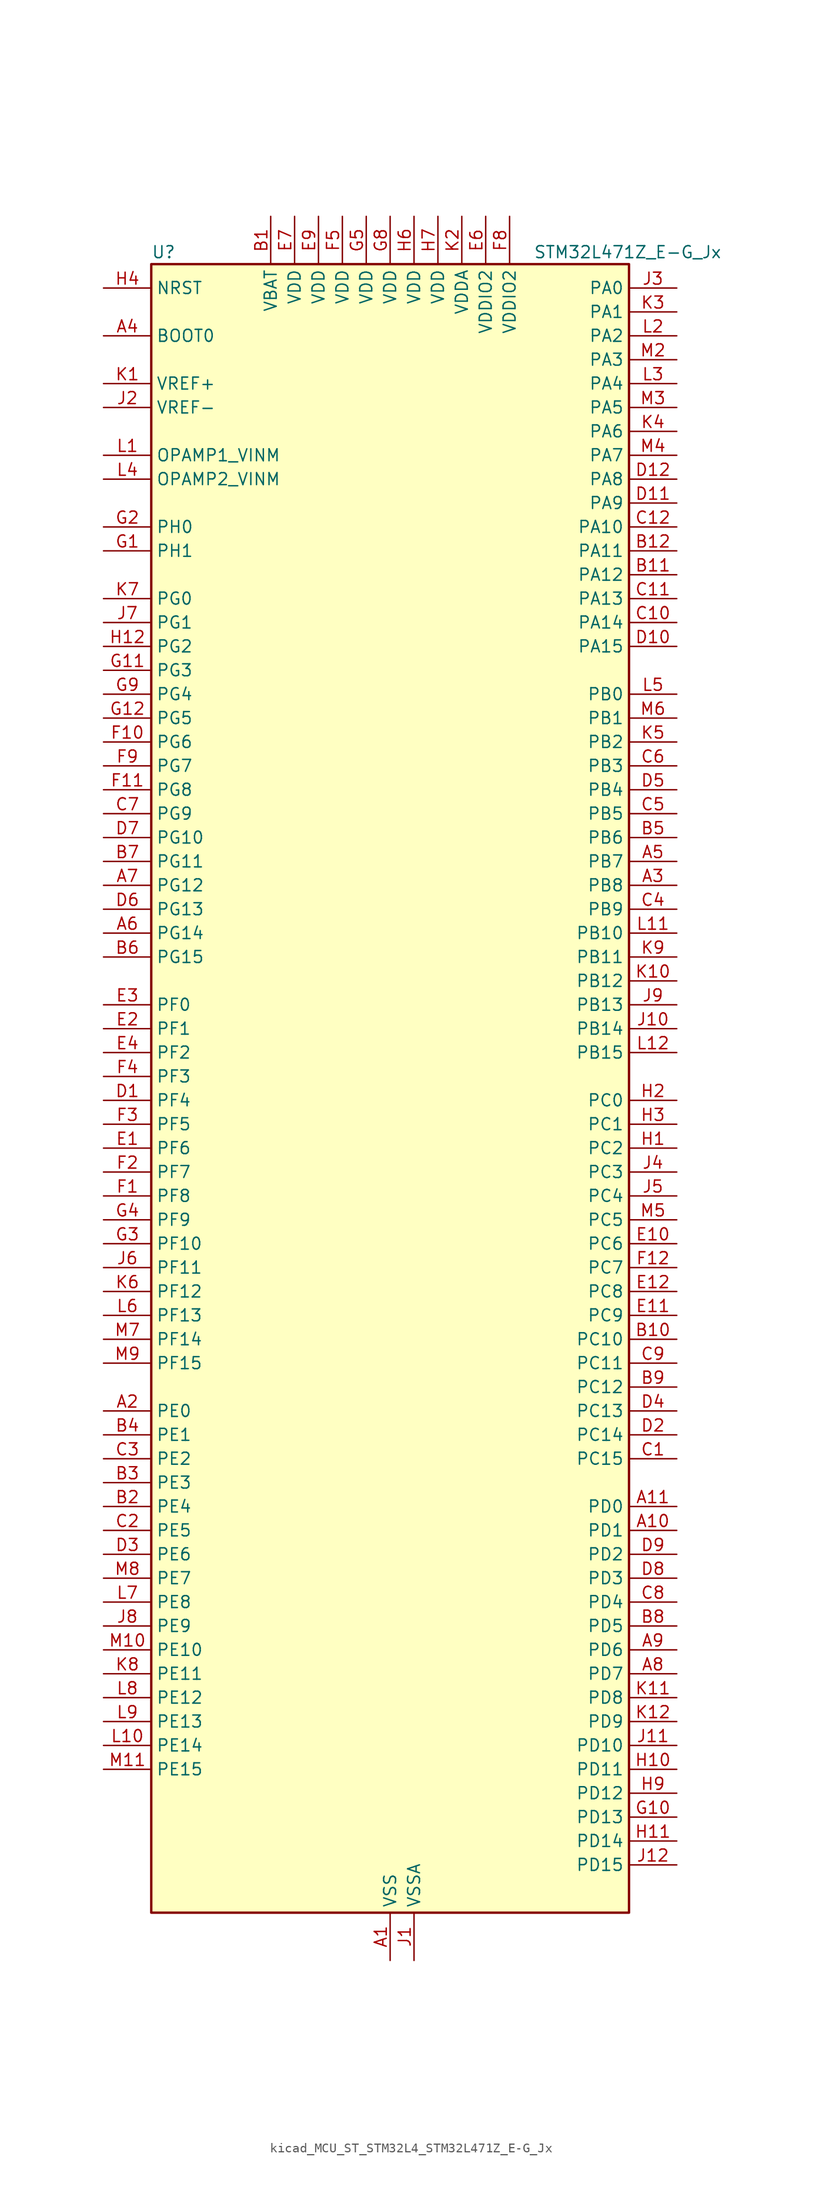
<source format=kicad_sym>
(kicad_symbol_lib
  (version 20220914)
  (generator kicad_symbol_editor)
  (symbol "kicad_MCU_ST_STM32L4_STM32L471Z_E-G_Jx"
    (property "Reference" "U"
      (at -25.4 90.17 0)
      (effects (font (size 1.27 1.27)) (justify left)))
    (property "Value" "STM32L471Z_E-G_Jx"
      (at 15.24 90.17 0)
      (effects (font (size 1.27 1.27)) (justify left)))
    (property "ki_locked" ""
      (at 0 0 0)
      (effects (font (size 1.27 1.27))))
    (symbol "kicad_MCU_ST_STM32L4_STM32L471Z_E-G_Jx_0_1"
      (rectangle (start -25.4 -86.36) (end 25.4 88.9) (stroke (width 0.254) (type default)) (fill (type background))))
    (symbol "kicad_MCU_ST_STM32L4_STM32L471Z_E-G_Jx_1_1"
      (pin power_in line (at 0 -91.44 90) (length 5.08) (name "VSS" (effects (font (size 1.27 1.27)))) (number "A1" (effects (font (size 1.27 1.27)))))
      (pin bidirectional line (at 30.48 -45.72 180) (length 5.08) (name "PD1" (effects (font (size 1.27 1.27)))) (number "A10" (effects (font (size 1.27 1.27)))) (alternate "CAN1_TX" bidirectional line) (alternate "DFSDM1_CKIN7" bidirectional line) (alternate "FMC_D3" bidirectional line) (alternate "FMC_DA3" bidirectional line) (alternate "SPI2_SCK" bidirectional line))
      (pin bidirectional line (at 30.48 -43.18 180) (length 5.08) (name "PD0" (effects (font (size 1.27 1.27)))) (number "A11" (effects (font (size 1.27 1.27)))) (alternate "CAN1_RX" bidirectional line) (alternate "DFSDM1_DATIN7" bidirectional line) (alternate "FMC_D2" bidirectional line) (alternate "FMC_DA2" bidirectional line) (alternate "SPI2_NSS" bidirectional line))
      (pin passive line (at 0 -91.44 90) (length 5.08) hide (name "VSS" (effects (font (size 1.27 1.27)))) (number "A12" (effects (font (size 1.27 1.27)))))
      (pin bidirectional line (at -30.48 -33.02 0) (length 5.08) (name "PE0" (effects (font (size 1.27 1.27)))) (number "A2" (effects (font (size 1.27 1.27)))) (alternate "FMC_NBL0" bidirectional line) (alternate "TIM16_CH1" bidirectional line) (alternate "TIM4_ETR" bidirectional line))
      (pin bidirectional line (at 30.48 22.86 180) (length 5.08) (name "PB8" (effects (font (size 1.27 1.27)))) (number "A3" (effects (font (size 1.27 1.27)))) (alternate "CAN1_RX" bidirectional line) (alternate "DFSDM1_DATIN6" bidirectional line) (alternate "I2C1_SCL" bidirectional line) (alternate "SAI1_MCLK_A" bidirectional line) (alternate "SDMMC1_D4" bidirectional line) (alternate "TIM16_CH1" bidirectional line) (alternate "TIM4_CH3" bidirectional line))
      (pin input line (at -30.48 81.28 0) (length 5.08) (name "BOOT0" (effects (font (size 1.27 1.27)))) (number "A4" (effects (font (size 1.27 1.27)))))
      (pin bidirectional line (at 30.48 25.4 180) (length 5.08) (name "PB7" (effects (font (size 1.27 1.27)))) (number "A5" (effects (font (size 1.27 1.27)))) (alternate "COMP2_INM" bidirectional line) (alternate "DFSDM1_CKIN5" bidirectional line) (alternate "FMC_NL" bidirectional line) (alternate "I2C1_SDA" bidirectional line) (alternate "LPTIM1_IN2" bidirectional line) (alternate "SYS_PVD_IN" bidirectional line) (alternate "TIM17_CH1N" bidirectional line) (alternate "TIM4_CH2" bidirectional line) (alternate "TIM8_BKIN" bidirectional line) (alternate "TIM8_BKIN_COMP1" bidirectional line) (alternate "TSC_G2_IO4" bidirectional line) (alternate "UART4_CTS" bidirectional line) (alternate "USART1_RX" bidirectional line))
      (pin bidirectional line (at -30.48 17.78 0) (length 5.08) (name "PG14" (effects (font (size 1.27 1.27)))) (number "A6" (effects (font (size 1.27 1.27)))) (alternate "FMC_A25" bidirectional line) (alternate "I2C1_SCL" bidirectional line))
      (pin bidirectional line (at -30.48 22.86 0) (length 5.08) (name "PG12" (effects (font (size 1.27 1.27)))) (number "A7" (effects (font (size 1.27 1.27)))) (alternate "FMC_NE4" bidirectional line) (alternate "LPTIM1_ETR" bidirectional line) (alternate "SAI2_SD_A" bidirectional line) (alternate "SPI3_NSS" bidirectional line) (alternate "USART1_DE" bidirectional line) (alternate "USART1_RTS" bidirectional line))
      (pin bidirectional line (at 30.48 -60.96 180) (length 5.08) (name "PD7" (effects (font (size 1.27 1.27)))) (number "A8" (effects (font (size 1.27 1.27)))) (alternate "DFSDM1_CKIN1" bidirectional line) (alternate "FMC_NE1" bidirectional line) (alternate "USART2_CK" bidirectional line))
      (pin bidirectional line (at 30.48 -58.42 180) (length 5.08) (name "PD6" (effects (font (size 1.27 1.27)))) (number "A9" (effects (font (size 1.27 1.27)))) (alternate "DFSDM1_DATIN1" bidirectional line) (alternate "FMC_NWAIT" bidirectional line) (alternate "SAI1_SD_A" bidirectional line) (alternate "USART2_RX" bidirectional line))
      (pin power_in line (at -12.7 93.98 270) (length 5.08) (name "VBAT" (effects (font (size 1.27 1.27)))) (number "B1" (effects (font (size 1.27 1.27)))))
      (pin bidirectional line (at 30.48 -25.4 180) (length 5.08) (name "PC10" (effects (font (size 1.27 1.27)))) (number "B10" (effects (font (size 1.27 1.27)))) (alternate "SAI2_SCK_B" bidirectional line) (alternate "SDMMC1_D2" bidirectional line) (alternate "SPI3_SCK" bidirectional line) (alternate "TSC_G3_IO2" bidirectional line) (alternate "UART4_TX" bidirectional line) (alternate "USART3_TX" bidirectional line))
      (pin bidirectional line (at 30.48 55.88 180) (length 5.08) (name "PA12" (effects (font (size 1.27 1.27)))) (number "B11" (effects (font (size 1.27 1.27)))) (alternate "CAN1_TX" bidirectional line) (alternate "TIM1_ETR" bidirectional line) (alternate "USART1_DE" bidirectional line) (alternate "USART1_RTS" bidirectional line))
      (pin bidirectional line (at 30.48 58.42 180) (length 5.08) (name "PA11" (effects (font (size 1.27 1.27)))) (number "B12" (effects (font (size 1.27 1.27)))) (alternate "ADC1_EXTI11" bidirectional line) (alternate "ADC2_EXTI11" bidirectional line) (alternate "ADC3_EXTI11" bidirectional line) (alternate "CAN1_RX" bidirectional line) (alternate "TIM1_BKIN2" bidirectional line) (alternate "TIM1_BKIN2_COMP1" bidirectional line) (alternate "TIM1_CH4" bidirectional line) (alternate "USART1_CTS" bidirectional line))
      (pin bidirectional line (at -30.48 -43.18 0) (length 5.08) (name "PE4" (effects (font (size 1.27 1.27)))) (number "B2" (effects (font (size 1.27 1.27)))) (alternate "DFSDM1_DATIN3" bidirectional line) (alternate "FMC_A20" bidirectional line) (alternate "SAI1_FS_A" bidirectional line) (alternate "SYS_TRACED1" bidirectional line) (alternate "TIM3_CH2" bidirectional line) (alternate "TSC_G7_IO3" bidirectional line))
      (pin bidirectional line (at -30.48 -40.64 0) (length 5.08) (name "PE3" (effects (font (size 1.27 1.27)))) (number "B3" (effects (font (size 1.27 1.27)))) (alternate "FMC_A19" bidirectional line) (alternate "SAI1_SD_B" bidirectional line) (alternate "SYS_TRACED0" bidirectional line) (alternate "TIM3_CH1" bidirectional line) (alternate "TSC_G7_IO2" bidirectional line))
      (pin bidirectional line (at -30.48 -35.56 0) (length 5.08) (name "PE1" (effects (font (size 1.27 1.27)))) (number "B4" (effects (font (size 1.27 1.27)))) (alternate "FMC_NBL1" bidirectional line) (alternate "TIM17_CH1" bidirectional line))
      (pin bidirectional line (at 30.48 27.94 180) (length 5.08) (name "PB6" (effects (font (size 1.27 1.27)))) (number "B5" (effects (font (size 1.27 1.27)))) (alternate "COMP2_INP" bidirectional line) (alternate "DFSDM1_DATIN5" bidirectional line) (alternate "I2C1_SCL" bidirectional line) (alternate "LPTIM1_ETR" bidirectional line) (alternate "SAI1_FS_B" bidirectional line) (alternate "TIM16_CH1N" bidirectional line) (alternate "TIM4_CH1" bidirectional line) (alternate "TIM8_BKIN2" bidirectional line) (alternate "TIM8_BKIN2_COMP2" bidirectional line) (alternate "TSC_G2_IO3" bidirectional line) (alternate "USART1_TX" bidirectional line))
      (pin bidirectional line (at -30.48 15.24 0) (length 5.08) (name "PG15" (effects (font (size 1.27 1.27)))) (number "B6" (effects (font (size 1.27 1.27)))) (alternate "ADC1_EXTI15" bidirectional line) (alternate "ADC2_EXTI15" bidirectional line) (alternate "ADC3_EXTI15" bidirectional line) (alternate "I2C1_SMBA" bidirectional line) (alternate "LPTIM1_OUT" bidirectional line))
      (pin bidirectional line (at -30.48 25.4 0) (length 5.08) (name "PG11" (effects (font (size 1.27 1.27)))) (number "B7" (effects (font (size 1.27 1.27)))) (alternate "ADC1_EXTI11" bidirectional line) (alternate "ADC2_EXTI11" bidirectional line) (alternate "ADC3_EXTI11" bidirectional line) (alternate "LPTIM1_IN2" bidirectional line) (alternate "SAI2_MCLK_A" bidirectional line) (alternate "SPI3_MOSI" bidirectional line) (alternate "TIM15_CH2" bidirectional line) (alternate "USART1_CTS" bidirectional line))
      (pin bidirectional line (at 30.48 -55.88 180) (length 5.08) (name "PD5" (effects (font (size 1.27 1.27)))) (number "B8" (effects (font (size 1.27 1.27)))) (alternate "FMC_NWE" bidirectional line) (alternate "USART2_TX" bidirectional line))
      (pin bidirectional line (at 30.48 -30.48 180) (length 5.08) (name "PC12" (effects (font (size 1.27 1.27)))) (number "B9" (effects (font (size 1.27 1.27)))) (alternate "SAI2_SD_B" bidirectional line) (alternate "SDMMC1_CK" bidirectional line) (alternate "SPI3_MOSI" bidirectional line) (alternate "TSC_G3_IO4" bidirectional line) (alternate "UART5_TX" bidirectional line) (alternate "USART3_CK" bidirectional line))
      (pin bidirectional line (at 30.48 -38.1 180) (length 5.08) (name "PC15" (effects (font (size 1.27 1.27)))) (number "C1" (effects (font (size 1.27 1.27)))) (alternate "ADC1_EXTI15" bidirectional line) (alternate "ADC2_EXTI15" bidirectional line) (alternate "ADC3_EXTI15" bidirectional line) (alternate "RCC_OSC32_OUT" bidirectional line))
      (pin bidirectional line (at 30.48 50.8 180) (length 5.08) (name "PA14" (effects (font (size 1.27 1.27)))) (number "C10" (effects (font (size 1.27 1.27)))) (alternate "SYS_JTCK-SWCLK" bidirectional line))
      (pin bidirectional line (at 30.48 53.34 180) (length 5.08) (name "PA13" (effects (font (size 1.27 1.27)))) (number "C11" (effects (font (size 1.27 1.27)))) (alternate "IR_OUT" bidirectional line) (alternate "SYS_JTMS-SWDIO" bidirectional line))
      (pin bidirectional line (at 30.48 60.96 180) (length 5.08) (name "PA10" (effects (font (size 1.27 1.27)))) (number "C12" (effects (font (size 1.27 1.27)))) (alternate "TIM17_BKIN" bidirectional line) (alternate "TIM1_CH3" bidirectional line) (alternate "USART1_RX" bidirectional line))
      (pin bidirectional line (at -30.48 -45.72 0) (length 5.08) (name "PE5" (effects (font (size 1.27 1.27)))) (number "C2" (effects (font (size 1.27 1.27)))) (alternate "DFSDM1_CKIN3" bidirectional line) (alternate "FMC_A21" bidirectional line) (alternate "SAI1_SCK_A" bidirectional line) (alternate "SYS_TRACED2" bidirectional line) (alternate "TIM3_CH3" bidirectional line) (alternate "TSC_G7_IO4" bidirectional line))
      (pin bidirectional line (at -30.48 -38.1 0) (length 5.08) (name "PE2" (effects (font (size 1.27 1.27)))) (number "C3" (effects (font (size 1.27 1.27)))) (alternate "FMC_A23" bidirectional line) (alternate "SAI1_MCLK_A" bidirectional line) (alternate "SYS_TRACECLK" bidirectional line) (alternate "TIM3_ETR" bidirectional line) (alternate "TSC_G7_IO1" bidirectional line))
      (pin bidirectional line (at 30.48 20.32 180) (length 5.08) (name "PB9" (effects (font (size 1.27 1.27)))) (number "C4" (effects (font (size 1.27 1.27)))) (alternate "CAN1_TX" bidirectional line) (alternate "DAC1_EXTI9" bidirectional line) (alternate "DFSDM1_CKIN6" bidirectional line) (alternate "I2C1_SDA" bidirectional line) (alternate "IR_OUT" bidirectional line) (alternate "SAI1_FS_A" bidirectional line) (alternate "SDMMC1_D5" bidirectional line) (alternate "SPI2_NSS" bidirectional line) (alternate "TIM17_CH1" bidirectional line) (alternate "TIM4_CH4" bidirectional line))
      (pin bidirectional line (at 30.48 30.48 180) (length 5.08) (name "PB5" (effects (font (size 1.27 1.27)))) (number "C5" (effects (font (size 1.27 1.27)))) (alternate "COMP2_OUT" bidirectional line) (alternate "I2C1_SMBA" bidirectional line) (alternate "LPTIM1_IN1" bidirectional line) (alternate "SAI1_SD_B" bidirectional line) (alternate "SPI1_MOSI" bidirectional line) (alternate "SPI3_MOSI" bidirectional line) (alternate "TIM16_BKIN" bidirectional line) (alternate "TIM3_CH2" bidirectional line) (alternate "TSC_G2_IO2" bidirectional line) (alternate "UART5_CTS" bidirectional line) (alternate "USART1_CK" bidirectional line))
      (pin bidirectional line (at 30.48 35.56 180) (length 5.08) (name "PB3" (effects (font (size 1.27 1.27)))) (number "C6" (effects (font (size 1.27 1.27)))) (alternate "COMP2_INM" bidirectional line) (alternate "SAI1_SCK_B" bidirectional line) (alternate "SPI1_SCK" bidirectional line) (alternate "SPI3_SCK" bidirectional line) (alternate "SYS_JTDO-SWO" bidirectional line) (alternate "TIM2_CH2" bidirectional line) (alternate "USART1_DE" bidirectional line) (alternate "USART1_RTS" bidirectional line))
      (pin bidirectional line (at -30.48 30.48 0) (length 5.08) (name "PG9" (effects (font (size 1.27 1.27)))) (number "C7" (effects (font (size 1.27 1.27)))) (alternate "DAC1_EXTI9" bidirectional line) (alternate "FMC_NCE3" bidirectional line) (alternate "FMC_NE2" bidirectional line) (alternate "SAI2_SCK_A" bidirectional line) (alternate "SPI3_SCK" bidirectional line) (alternate "TIM15_CH1N" bidirectional line) (alternate "USART1_TX" bidirectional line))
      (pin bidirectional line (at 30.48 -53.34 180) (length 5.08) (name "PD4" (effects (font (size 1.27 1.27)))) (number "C8" (effects (font (size 1.27 1.27)))) (alternate "DFSDM1_CKIN0" bidirectional line) (alternate "FMC_NOE" bidirectional line) (alternate "SPI2_MOSI" bidirectional line) (alternate "USART2_DE" bidirectional line) (alternate "USART2_RTS" bidirectional line))
      (pin bidirectional line (at 30.48 -27.94 180) (length 5.08) (name "PC11" (effects (font (size 1.27 1.27)))) (number "C9" (effects (font (size 1.27 1.27)))) (alternate "ADC1_EXTI11" bidirectional line) (alternate "ADC2_EXTI11" bidirectional line) (alternate "ADC3_EXTI11" bidirectional line) (alternate "SAI2_MCLK_B" bidirectional line) (alternate "SDMMC1_D3" bidirectional line) (alternate "SPI3_MISO" bidirectional line) (alternate "TSC_G3_IO3" bidirectional line) (alternate "UART4_RX" bidirectional line) (alternate "USART3_RX" bidirectional line))
      (pin bidirectional line (at -30.48 0 0) (length 5.08) (name "PF4" (effects (font (size 1.27 1.27)))) (number "D1" (effects (font (size 1.27 1.27)))) (alternate "ADC3_IN7" bidirectional line) (alternate "FMC_A4" bidirectional line))
      (pin bidirectional line (at 30.48 48.26 180) (length 5.08) (name "PA15" (effects (font (size 1.27 1.27)))) (number "D10" (effects (font (size 1.27 1.27)))) (alternate "ADC1_EXTI15" bidirectional line) (alternate "ADC2_EXTI15" bidirectional line) (alternate "ADC3_EXTI15" bidirectional line) (alternate "SAI2_FS_B" bidirectional line) (alternate "SPI1_NSS" bidirectional line) (alternate "SPI3_NSS" bidirectional line) (alternate "SYS_JTDI" bidirectional line) (alternate "TIM2_CH1" bidirectional line) (alternate "TIM2_ETR" bidirectional line) (alternate "TSC_G3_IO1" bidirectional line) (alternate "UART4_DE" bidirectional line) (alternate "UART4_RTS" bidirectional line))
      (pin bidirectional line (at 30.48 63.5 180) (length 5.08) (name "PA9" (effects (font (size 1.27 1.27)))) (number "D11" (effects (font (size 1.27 1.27)))) (alternate "DAC1_EXTI9" bidirectional line) (alternate "TIM15_BKIN" bidirectional line) (alternate "TIM1_CH2" bidirectional line) (alternate "USART1_TX" bidirectional line))
      (pin bidirectional line (at 30.48 66.04 180) (length 5.08) (name "PA8" (effects (font (size 1.27 1.27)))) (number "D12" (effects (font (size 1.27 1.27)))) (alternate "LPTIM2_OUT" bidirectional line) (alternate "RCC_MCO" bidirectional line) (alternate "TIM1_CH1" bidirectional line) (alternate "USART1_CK" bidirectional line))
      (pin bidirectional line (at 30.48 -35.56 180) (length 5.08) (name "PC14" (effects (font (size 1.27 1.27)))) (number "D2" (effects (font (size 1.27 1.27)))) (alternate "RCC_OSC32_IN" bidirectional line))
      (pin bidirectional line (at -30.48 -48.26 0) (length 5.08) (name "PE6" (effects (font (size 1.27 1.27)))) (number "D3" (effects (font (size 1.27 1.27)))) (alternate "FMC_A22" bidirectional line) (alternate "RTC_TAMP3" bidirectional line) (alternate "SAI1_SD_A" bidirectional line) (alternate "SYS_TRACED3" bidirectional line) (alternate "SYS_WKUP3" bidirectional line) (alternate "TIM3_CH4" bidirectional line))
      (pin bidirectional line (at 30.48 -33.02 180) (length 5.08) (name "PC13" (effects (font (size 1.27 1.27)))) (number "D4" (effects (font (size 1.27 1.27)))) (alternate "RTC_OUT_ALARM" bidirectional line) (alternate "RTC_OUT_CALIB" bidirectional line) (alternate "RTC_TAMP1" bidirectional line) (alternate "RTC_TS" bidirectional line) (alternate "SYS_WKUP2" bidirectional line))
      (pin bidirectional line (at 30.48 33.02 180) (length 5.08) (name "PB4" (effects (font (size 1.27 1.27)))) (number "D5" (effects (font (size 1.27 1.27)))) (alternate "COMP2_INP" bidirectional line) (alternate "SAI1_MCLK_B" bidirectional line) (alternate "SPI1_MISO" bidirectional line) (alternate "SPI3_MISO" bidirectional line) (alternate "SYS_JTRST" bidirectional line) (alternate "TIM17_BKIN" bidirectional line) (alternate "TIM3_CH1" bidirectional line) (alternate "TSC_G2_IO1" bidirectional line) (alternate "UART5_DE" bidirectional line) (alternate "UART5_RTS" bidirectional line) (alternate "USART1_CTS" bidirectional line))
      (pin bidirectional line (at -30.48 20.32 0) (length 5.08) (name "PG13" (effects (font (size 1.27 1.27)))) (number "D6" (effects (font (size 1.27 1.27)))) (alternate "FMC_A24" bidirectional line) (alternate "I2C1_SDA" bidirectional line) (alternate "USART1_CK" bidirectional line))
      (pin bidirectional line (at -30.48 27.94 0) (length 5.08) (name "PG10" (effects (font (size 1.27 1.27)))) (number "D7" (effects (font (size 1.27 1.27)))) (alternate "FMC_NE3" bidirectional line) (alternate "LPTIM1_IN1" bidirectional line) (alternate "SAI2_FS_A" bidirectional line) (alternate "SPI3_MISO" bidirectional line) (alternate "TIM15_CH1" bidirectional line) (alternate "USART1_RX" bidirectional line))
      (pin bidirectional line (at 30.48 -50.8 180) (length 5.08) (name "PD3" (effects (font (size 1.27 1.27)))) (number "D8" (effects (font (size 1.27 1.27)))) (alternate "DFSDM1_DATIN0" bidirectional line) (alternate "FMC_CLK" bidirectional line) (alternate "SPI2_MISO" bidirectional line) (alternate "USART2_CTS" bidirectional line))
      (pin bidirectional line (at 30.48 -48.26 180) (length 5.08) (name "PD2" (effects (font (size 1.27 1.27)))) (number "D9" (effects (font (size 1.27 1.27)))) (alternate "SDMMC1_CMD" bidirectional line) (alternate "TIM3_ETR" bidirectional line) (alternate "TSC_SYNC" bidirectional line) (alternate "UART5_RX" bidirectional line) (alternate "USART3_DE" bidirectional line) (alternate "USART3_RTS" bidirectional line))
      (pin bidirectional line (at -30.48 -5.08 0) (length 5.08) (name "PF6" (effects (font (size 1.27 1.27)))) (number "E1" (effects (font (size 1.27 1.27)))) (alternate "ADC3_IN9" bidirectional line) (alternate "SAI1_SD_B" bidirectional line) (alternate "TIM5_CH1" bidirectional line) (alternate "TIM5_ETR" bidirectional line))
      (pin bidirectional line (at 30.48 -15.24 180) (length 5.08) (name "PC6" (effects (font (size 1.27 1.27)))) (number "E10" (effects (font (size 1.27 1.27)))) (alternate "DFSDM1_CKIN3" bidirectional line) (alternate "SAI2_MCLK_A" bidirectional line) (alternate "SDMMC1_D6" bidirectional line) (alternate "TIM3_CH1" bidirectional line) (alternate "TIM8_CH1" bidirectional line) (alternate "TSC_G4_IO1" bidirectional line))
      (pin bidirectional line (at 30.48 -22.86 180) (length 5.08) (name "PC9" (effects (font (size 1.27 1.27)))) (number "E11" (effects (font (size 1.27 1.27)))) (alternate "DAC1_EXTI9" bidirectional line) (alternate "SAI2_EXTCLK" bidirectional line) (alternate "SDMMC1_D1" bidirectional line) (alternate "TIM3_CH4" bidirectional line) (alternate "TIM8_BKIN2" bidirectional line) (alternate "TIM8_BKIN2_COMP1" bidirectional line) (alternate "TIM8_CH4" bidirectional line) (alternate "TSC_G4_IO4" bidirectional line))
      (pin bidirectional line (at 30.48 -20.32 180) (length 5.08) (name "PC8" (effects (font (size 1.27 1.27)))) (number "E12" (effects (font (size 1.27 1.27)))) (alternate "SDMMC1_D0" bidirectional line) (alternate "TIM3_CH3" bidirectional line) (alternate "TIM8_CH3" bidirectional line) (alternate "TSC_G4_IO3" bidirectional line))
      (pin bidirectional line (at -30.48 7.62 0) (length 5.08) (name "PF1" (effects (font (size 1.27 1.27)))) (number "E2" (effects (font (size 1.27 1.27)))) (alternate "FMC_A1" bidirectional line) (alternate "I2C2_SCL" bidirectional line))
      (pin bidirectional line (at -30.48 10.16 0) (length 5.08) (name "PF0" (effects (font (size 1.27 1.27)))) (number "E3" (effects (font (size 1.27 1.27)))) (alternate "FMC_A0" bidirectional line) (alternate "I2C2_SDA" bidirectional line))
      (pin bidirectional line (at -30.48 5.08 0) (length 5.08) (name "PF2" (effects (font (size 1.27 1.27)))) (number "E4" (effects (font (size 1.27 1.27)))) (alternate "FMC_A2" bidirectional line) (alternate "I2C2_SMBA" bidirectional line))
      (pin passive line (at 0 -91.44 90) (length 5.08) hide (name "VSS" (effects (font (size 1.27 1.27)))) (number "E5" (effects (font (size 1.27 1.27)))))
      (pin power_in line (at 10.16 93.98 270) (length 5.08) (name "VDDIO2" (effects (font (size 1.27 1.27)))) (number "E6" (effects (font (size 1.27 1.27)))))
      (pin power_in line (at -10.16 93.98 270) (length 5.08) (name "VDD" (effects (font (size 1.27 1.27)))) (number "E7" (effects (font (size 1.27 1.27)))))
      (pin passive line (at 0 -91.44 90) (length 5.08) hide (name "VSS" (effects (font (size 1.27 1.27)))) (number "E8" (effects (font (size 1.27 1.27)))))
      (pin power_in line (at -7.62 93.98 270) (length 5.08) (name "VDD" (effects (font (size 1.27 1.27)))) (number "E9" (effects (font (size 1.27 1.27)))))
      (pin bidirectional line (at -30.48 -10.16 0) (length 5.08) (name "PF8" (effects (font (size 1.27 1.27)))) (number "F1" (effects (font (size 1.27 1.27)))) (alternate "ADC3_IN11" bidirectional line) (alternate "SAI1_SCK_B" bidirectional line) (alternate "TIM5_CH3" bidirectional line))
      (pin bidirectional line (at -30.48 38.1 0) (length 5.08) (name "PG6" (effects (font (size 1.27 1.27)))) (number "F10" (effects (font (size 1.27 1.27)))) (alternate "I2C3_SMBA" bidirectional line) (alternate "LPUART1_DE" bidirectional line) (alternate "LPUART1_RTS" bidirectional line))
      (pin bidirectional line (at -30.48 33.02 0) (length 5.08) (name "PG8" (effects (font (size 1.27 1.27)))) (number "F11" (effects (font (size 1.27 1.27)))) (alternate "I2C3_SDA" bidirectional line) (alternate "LPUART1_RX" bidirectional line))
      (pin bidirectional line (at 30.48 -17.78 180) (length 5.08) (name "PC7" (effects (font (size 1.27 1.27)))) (number "F12" (effects (font (size 1.27 1.27)))) (alternate "DFSDM1_DATIN3" bidirectional line) (alternate "SAI2_MCLK_B" bidirectional line) (alternate "SDMMC1_D7" bidirectional line) (alternate "TIM3_CH2" bidirectional line) (alternate "TIM8_CH2" bidirectional line) (alternate "TSC_G4_IO2" bidirectional line))
      (pin bidirectional line (at -30.48 -7.62 0) (length 5.08) (name "PF7" (effects (font (size 1.27 1.27)))) (number "F2" (effects (font (size 1.27 1.27)))) (alternate "ADC3_IN10" bidirectional line) (alternate "SAI1_MCLK_B" bidirectional line) (alternate "TIM5_CH2" bidirectional line))
      (pin bidirectional line (at -30.48 -2.54 0) (length 5.08) (name "PF5" (effects (font (size 1.27 1.27)))) (number "F3" (effects (font (size 1.27 1.27)))) (alternate "ADC3_IN8" bidirectional line) (alternate "FMC_A5" bidirectional line))
      (pin bidirectional line (at -30.48 2.54 0) (length 5.08) (name "PF3" (effects (font (size 1.27 1.27)))) (number "F4" (effects (font (size 1.27 1.27)))) (alternate "ADC3_IN6" bidirectional line) (alternate "FMC_A3" bidirectional line))
      (pin power_in line (at -5.08 93.98 270) (length 5.08) (name "VDD" (effects (font (size 1.27 1.27)))) (number "F5" (effects (font (size 1.27 1.27)))))
      (pin passive line (at 0 -91.44 90) (length 5.08) hide (name "VSS" (effects (font (size 1.27 1.27)))) (number "F6" (effects (font (size 1.27 1.27)))))
      (pin passive line (at 0 -91.44 90) (length 5.08) hide (name "VSS" (effects (font (size 1.27 1.27)))) (number "F7" (effects (font (size 1.27 1.27)))))
      (pin power_in line (at 12.7 93.98 270) (length 5.08) (name "VDDIO2" (effects (font (size 1.27 1.27)))) (number "F8" (effects (font (size 1.27 1.27)))))
      (pin bidirectional line (at -30.48 35.56 0) (length 5.08) (name "PG7" (effects (font (size 1.27 1.27)))) (number "F9" (effects (font (size 1.27 1.27)))) (alternate "FMC_INT3" bidirectional line) (alternate "I2C3_SCL" bidirectional line) (alternate "LPUART1_TX" bidirectional line))
      (pin bidirectional line (at -30.48 58.42 0) (length 5.08) (name "PH1" (effects (font (size 1.27 1.27)))) (number "G1" (effects (font (size 1.27 1.27)))) (alternate "RCC_OSC_OUT" bidirectional line))
      (pin bidirectional line (at 30.48 -76.2 180) (length 5.08) (name "PD13" (effects (font (size 1.27 1.27)))) (number "G10" (effects (font (size 1.27 1.27)))) (alternate "FMC_A18" bidirectional line) (alternate "LPTIM2_OUT" bidirectional line) (alternate "TIM4_CH2" bidirectional line) (alternate "TSC_G6_IO4" bidirectional line))
      (pin bidirectional line (at -30.48 45.72 0) (length 5.08) (name "PG3" (effects (font (size 1.27 1.27)))) (number "G11" (effects (font (size 1.27 1.27)))) (alternate "FMC_A13" bidirectional line) (alternate "SAI2_FS_B" bidirectional line) (alternate "SPI1_MISO" bidirectional line))
      (pin bidirectional line (at -30.48 40.64 0) (length 5.08) (name "PG5" (effects (font (size 1.27 1.27)))) (number "G12" (effects (font (size 1.27 1.27)))) (alternate "FMC_A15" bidirectional line) (alternate "LPUART1_CTS" bidirectional line) (alternate "SAI2_SD_B" bidirectional line) (alternate "SPI1_NSS" bidirectional line))
      (pin bidirectional line (at -30.48 60.96 0) (length 5.08) (name "PH0" (effects (font (size 1.27 1.27)))) (number "G2" (effects (font (size 1.27 1.27)))) (alternate "RCC_OSC_IN" bidirectional line))
      (pin bidirectional line (at -30.48 -15.24 0) (length 5.08) (name "PF10" (effects (font (size 1.27 1.27)))) (number "G3" (effects (font (size 1.27 1.27)))) (alternate "ADC3_IN13" bidirectional line) (alternate "TIM15_CH2" bidirectional line))
      (pin bidirectional line (at -30.48 -12.7 0) (length 5.08) (name "PF9" (effects (font (size 1.27 1.27)))) (number "G4" (effects (font (size 1.27 1.27)))) (alternate "ADC3_IN12" bidirectional line) (alternate "DAC1_EXTI9" bidirectional line) (alternate "SAI1_FS_B" bidirectional line) (alternate "TIM15_CH1" bidirectional line) (alternate "TIM5_CH4" bidirectional line))
      (pin power_in line (at -2.54 93.98 270) (length 5.08) (name "VDD" (effects (font (size 1.27 1.27)))) (number "G5" (effects (font (size 1.27 1.27)))))
      (pin passive line (at 0 -91.44 90) (length 5.08) hide (name "VSS" (effects (font (size 1.27 1.27)))) (number "G6" (effects (font (size 1.27 1.27)))))
      (pin passive line (at 0 -91.44 90) (length 5.08) hide (name "VSS" (effects (font (size 1.27 1.27)))) (number "G7" (effects (font (size 1.27 1.27)))))
      (pin power_in line (at 0 93.98 270) (length 5.08) (name "VDD" (effects (font (size 1.27 1.27)))) (number "G8" (effects (font (size 1.27 1.27)))))
      (pin bidirectional line (at -30.48 43.18 0) (length 5.08) (name "PG4" (effects (font (size 1.27 1.27)))) (number "G9" (effects (font (size 1.27 1.27)))) (alternate "FMC_A14" bidirectional line) (alternate "SAI2_MCLK_B" bidirectional line) (alternate "SPI1_MOSI" bidirectional line))
      (pin bidirectional line (at 30.48 -5.08 180) (length 5.08) (name "PC2" (effects (font (size 1.27 1.27)))) (number "H1" (effects (font (size 1.27 1.27)))) (alternate "ADC1_IN3" bidirectional line) (alternate "ADC2_IN3" bidirectional line) (alternate "ADC3_IN3" bidirectional line) (alternate "DFSDM1_CKOUT" bidirectional line) (alternate "LPTIM1_IN2" bidirectional line) (alternate "SPI2_MISO" bidirectional line))
      (pin bidirectional line (at 30.48 -71.12 180) (length 5.08) (name "PD11" (effects (font (size 1.27 1.27)))) (number "H10" (effects (font (size 1.27 1.27)))) (alternate "ADC1_EXTI11" bidirectional line) (alternate "ADC2_EXTI11" bidirectional line) (alternate "ADC3_EXTI11" bidirectional line) (alternate "FMC_A16" bidirectional line) (alternate "FMC_CLE" bidirectional line) (alternate "LPTIM2_ETR" bidirectional line) (alternate "SAI2_SD_A" bidirectional line) (alternate "TSC_G6_IO2" bidirectional line) (alternate "USART3_CTS" bidirectional line))
      (pin bidirectional line (at 30.48 -78.74 180) (length 5.08) (name "PD14" (effects (font (size 1.27 1.27)))) (number "H11" (effects (font (size 1.27 1.27)))) (alternate "FMC_D0" bidirectional line) (alternate "FMC_DA0" bidirectional line) (alternate "TIM4_CH3" bidirectional line))
      (pin bidirectional line (at -30.48 48.26 0) (length 5.08) (name "PG2" (effects (font (size 1.27 1.27)))) (number "H12" (effects (font (size 1.27 1.27)))) (alternate "FMC_A12" bidirectional line) (alternate "SAI2_SCK_B" bidirectional line) (alternate "SPI1_SCK" bidirectional line))
      (pin bidirectional line (at 30.48 0 180) (length 5.08) (name "PC0" (effects (font (size 1.27 1.27)))) (number "H2" (effects (font (size 1.27 1.27)))) (alternate "ADC1_IN1" bidirectional line) (alternate "ADC2_IN1" bidirectional line) (alternate "ADC3_IN1" bidirectional line) (alternate "DFSDM1_DATIN4" bidirectional line) (alternate "I2C3_SCL" bidirectional line) (alternate "LPTIM1_IN1" bidirectional line) (alternate "LPTIM2_IN1" bidirectional line) (alternate "LPUART1_RX" bidirectional line))
      (pin bidirectional line (at 30.48 -2.54 180) (length 5.08) (name "PC1" (effects (font (size 1.27 1.27)))) (number "H3" (effects (font (size 1.27 1.27)))) (alternate "ADC1_IN2" bidirectional line) (alternate "ADC2_IN2" bidirectional line) (alternate "ADC3_IN2" bidirectional line) (alternate "DFSDM1_CKIN4" bidirectional line) (alternate "I2C3_SDA" bidirectional line) (alternate "LPTIM1_OUT" bidirectional line) (alternate "LPUART1_TX" bidirectional line))
      (pin input line (at -30.48 86.36 0) (length 5.08) (name "NRST" (effects (font (size 1.27 1.27)))) (number "H4" (effects (font (size 1.27 1.27)))))
      (pin passive line (at 0 -91.44 90) (length 5.08) hide (name "VSS" (effects (font (size 1.27 1.27)))) (number "H5" (effects (font (size 1.27 1.27)))))
      (pin power_in line (at 2.54 93.98 270) (length 5.08) (name "VDD" (effects (font (size 1.27 1.27)))) (number "H6" (effects (font (size 1.27 1.27)))))
      (pin power_in line (at 5.08 93.98 270) (length 5.08) (name "VDD" (effects (font (size 1.27 1.27)))) (number "H7" (effects (font (size 1.27 1.27)))))
      (pin passive line (at 0 -91.44 90) (length 5.08) hide (name "VSS" (effects (font (size 1.27 1.27)))) (number "H8" (effects (font (size 1.27 1.27)))))
      (pin bidirectional line (at 30.48 -73.66 180) (length 5.08) (name "PD12" (effects (font (size 1.27 1.27)))) (number "H9" (effects (font (size 1.27 1.27)))) (alternate "FMC_A17" bidirectional line) (alternate "FMC_ALE" bidirectional line) (alternate "LPTIM2_IN1" bidirectional line) (alternate "SAI2_FS_A" bidirectional line) (alternate "TIM4_CH1" bidirectional line) (alternate "TSC_G6_IO3" bidirectional line) (alternate "USART3_DE" bidirectional line) (alternate "USART3_RTS" bidirectional line))
      (pin power_in line (at 2.54 -91.44 90) (length 5.08) (name "VSSA" (effects (font (size 1.27 1.27)))) (number "J1" (effects (font (size 1.27 1.27)))))
      (pin bidirectional line (at 30.48 7.62 180) (length 5.08) (name "PB14" (effects (font (size 1.27 1.27)))) (number "J10" (effects (font (size 1.27 1.27)))) (alternate "DFSDM1_DATIN2" bidirectional line) (alternate "I2C2_SDA" bidirectional line) (alternate "SAI2_MCLK_A" bidirectional line) (alternate "SPI2_MISO" bidirectional line) (alternate "SWPMI1_RX" bidirectional line) (alternate "TIM15_CH1" bidirectional line) (alternate "TIM1_CH2N" bidirectional line) (alternate "TIM8_CH2N" bidirectional line) (alternate "TSC_G1_IO3" bidirectional line) (alternate "USART3_DE" bidirectional line) (alternate "USART3_RTS" bidirectional line))
      (pin bidirectional line (at 30.48 -68.58 180) (length 5.08) (name "PD10" (effects (font (size 1.27 1.27)))) (number "J11" (effects (font (size 1.27 1.27)))) (alternate "FMC_D15" bidirectional line) (alternate "FMC_DA15" bidirectional line) (alternate "SAI2_SCK_A" bidirectional line) (alternate "TSC_G6_IO1" bidirectional line) (alternate "USART3_CK" bidirectional line))
      (pin bidirectional line (at 30.48 -81.28 180) (length 5.08) (name "PD15" (effects (font (size 1.27 1.27)))) (number "J12" (effects (font (size 1.27 1.27)))) (alternate "ADC1_EXTI15" bidirectional line) (alternate "ADC2_EXTI15" bidirectional line) (alternate "ADC3_EXTI15" bidirectional line) (alternate "FMC_D1" bidirectional line) (alternate "FMC_DA1" bidirectional line) (alternate "TIM4_CH4" bidirectional line))
      (pin input line (at -30.48 73.66 0) (length 5.08) (name "VREF-" (effects (font (size 1.27 1.27)))) (number "J2" (effects (font (size 1.27 1.27)))))
      (pin bidirectional line (at 30.48 86.36 180) (length 5.08) (name "PA0" (effects (font (size 1.27 1.27)))) (number "J3" (effects (font (size 1.27 1.27)))) (alternate "ADC1_IN5" bidirectional line) (alternate "ADC2_IN5" bidirectional line) (alternate "OPAMP1_VINP" bidirectional line) (alternate "RTC_TAMP2" bidirectional line) (alternate "SAI1_EXTCLK" bidirectional line) (alternate "SYS_WKUP1" bidirectional line) (alternate "TIM2_CH1" bidirectional line) (alternate "TIM2_ETR" bidirectional line) (alternate "TIM5_CH1" bidirectional line) (alternate "TIM8_ETR" bidirectional line) (alternate "UART4_TX" bidirectional line) (alternate "USART2_CTS" bidirectional line))
      (pin bidirectional line (at 30.48 -7.62 180) (length 5.08) (name "PC3" (effects (font (size 1.27 1.27)))) (number "J4" (effects (font (size 1.27 1.27)))) (alternate "ADC1_IN4" bidirectional line) (alternate "ADC2_IN4" bidirectional line) (alternate "ADC3_IN4" bidirectional line) (alternate "LPTIM1_ETR" bidirectional line) (alternate "LPTIM2_ETR" bidirectional line) (alternate "SAI1_SD_A" bidirectional line) (alternate "SPI2_MOSI" bidirectional line))
      (pin bidirectional line (at 30.48 -10.16 180) (length 5.08) (name "PC4" (effects (font (size 1.27 1.27)))) (number "J5" (effects (font (size 1.27 1.27)))) (alternate "ADC1_IN13" bidirectional line) (alternate "ADC2_IN13" bidirectional line) (alternate "COMP1_INM" bidirectional line) (alternate "USART3_TX" bidirectional line))
      (pin bidirectional line (at -30.48 -17.78 0) (length 5.08) (name "PF11" (effects (font (size 1.27 1.27)))) (number "J6" (effects (font (size 1.27 1.27)))) (alternate "ADC1_EXTI11" bidirectional line) (alternate "ADC2_EXTI11" bidirectional line) (alternate "ADC3_EXTI11" bidirectional line))
      (pin bidirectional line (at -30.48 50.8 0) (length 5.08) (name "PG1" (effects (font (size 1.27 1.27)))) (number "J7" (effects (font (size 1.27 1.27)))) (alternate "FMC_A11" bidirectional line) (alternate "TSC_G8_IO4" bidirectional line))
      (pin bidirectional line (at -30.48 -55.88 0) (length 5.08) (name "PE9" (effects (font (size 1.27 1.27)))) (number "J8" (effects (font (size 1.27 1.27)))) (alternate "DAC1_EXTI9" bidirectional line) (alternate "DFSDM1_CKOUT" bidirectional line) (alternate "FMC_D6" bidirectional line) (alternate "FMC_DA6" bidirectional line) (alternate "SAI1_FS_B" bidirectional line) (alternate "TIM1_CH1" bidirectional line))
      (pin bidirectional line (at 30.48 10.16 180) (length 5.08) (name "PB13" (effects (font (size 1.27 1.27)))) (number "J9" (effects (font (size 1.27 1.27)))) (alternate "DFSDM1_CKIN1" bidirectional line) (alternate "I2C2_SCL" bidirectional line) (alternate "LPUART1_CTS" bidirectional line) (alternate "SAI2_SCK_A" bidirectional line) (alternate "SPI2_SCK" bidirectional line) (alternate "SWPMI1_TX" bidirectional line) (alternate "TIM15_CH1N" bidirectional line) (alternate "TIM1_CH1N" bidirectional line) (alternate "TSC_G1_IO2" bidirectional line) (alternate "USART3_CTS" bidirectional line))
      (pin input line (at -30.48 76.2 0) (length 5.08) (name "VREF+" (effects (font (size 1.27 1.27)))) (number "K1" (effects (font (size 1.27 1.27)))) (alternate "VREFBUF_OUT" bidirectional line))
      (pin bidirectional line (at 30.48 12.7 180) (length 5.08) (name "PB12" (effects (font (size 1.27 1.27)))) (number "K10" (effects (font (size 1.27 1.27)))) (alternate "DFSDM1_DATIN1" bidirectional line) (alternate "I2C2_SMBA" bidirectional line) (alternate "LPUART1_DE" bidirectional line) (alternate "LPUART1_RTS" bidirectional line) (alternate "SAI2_FS_A" bidirectional line) (alternate "SPI2_NSS" bidirectional line) (alternate "SWPMI1_IO" bidirectional line) (alternate "TIM15_BKIN" bidirectional line) (alternate "TIM1_BKIN" bidirectional line) (alternate "TIM1_BKIN_COMP2" bidirectional line) (alternate "TSC_G1_IO1" bidirectional line) (alternate "USART3_CK" bidirectional line))
      (pin bidirectional line (at 30.48 -63.5 180) (length 5.08) (name "PD8" (effects (font (size 1.27 1.27)))) (number "K11" (effects (font (size 1.27 1.27)))) (alternate "FMC_D13" bidirectional line) (alternate "FMC_DA13" bidirectional line) (alternate "USART3_TX" bidirectional line))
      (pin bidirectional line (at 30.48 -66.04 180) (length 5.08) (name "PD9" (effects (font (size 1.27 1.27)))) (number "K12" (effects (font (size 1.27 1.27)))) (alternate "DAC1_EXTI9" bidirectional line) (alternate "FMC_D14" bidirectional line) (alternate "FMC_DA14" bidirectional line) (alternate "SAI2_MCLK_A" bidirectional line) (alternate "USART3_RX" bidirectional line))
      (pin power_in line (at 7.62 93.98 270) (length 5.08) (name "VDDA" (effects (font (size 1.27 1.27)))) (number "K2" (effects (font (size 1.27 1.27)))))
      (pin bidirectional line (at 30.48 83.82 180) (length 5.08) (name "PA1" (effects (font (size 1.27 1.27)))) (number "K3" (effects (font (size 1.27 1.27)))) (alternate "ADC1_IN6" bidirectional line) (alternate "ADC2_IN6" bidirectional line) (alternate "OPAMP1_VINM" bidirectional line) (alternate "TIM15_CH1N" bidirectional line) (alternate "TIM2_CH2" bidirectional line) (alternate "TIM5_CH2" bidirectional line) (alternate "UART4_RX" bidirectional line) (alternate "USART2_DE" bidirectional line) (alternate "USART2_RTS" bidirectional line))
      (pin bidirectional line (at 30.48 71.12 180) (length 5.08) (name "PA6" (effects (font (size 1.27 1.27)))) (number "K4" (effects (font (size 1.27 1.27)))) (alternate "ADC1_IN11" bidirectional line) (alternate "ADC2_IN11" bidirectional line) (alternate "OPAMP2_VINP" bidirectional line) (alternate "QUADSPI_BK1_IO3" bidirectional line) (alternate "SPI1_MISO" bidirectional line) (alternate "TIM16_CH1" bidirectional line) (alternate "TIM1_BKIN" bidirectional line) (alternate "TIM1_BKIN_COMP2" bidirectional line) (alternate "TIM3_CH1" bidirectional line) (alternate "TIM8_BKIN" bidirectional line) (alternate "TIM8_BKIN_COMP2" bidirectional line) (alternate "USART3_CTS" bidirectional line))
      (pin bidirectional line (at 30.48 38.1 180) (length 5.08) (name "PB2" (effects (font (size 1.27 1.27)))) (number "K5" (effects (font (size 1.27 1.27)))) (alternate "COMP1_INP" bidirectional line) (alternate "DFSDM1_CKIN0" bidirectional line) (alternate "I2C3_SMBA" bidirectional line) (alternate "LPTIM1_OUT" bidirectional line) (alternate "RTC_OUT_ALARM" bidirectional line) (alternate "RTC_OUT_CALIB" bidirectional line))
      (pin bidirectional line (at -30.48 -20.32 0) (length 5.08) (name "PF12" (effects (font (size 1.27 1.27)))) (number "K6" (effects (font (size 1.27 1.27)))) (alternate "FMC_A6" bidirectional line))
      (pin bidirectional line (at -30.48 53.34 0) (length 5.08) (name "PG0" (effects (font (size 1.27 1.27)))) (number "K7" (effects (font (size 1.27 1.27)))) (alternate "FMC_A10" bidirectional line) (alternate "TSC_G8_IO3" bidirectional line))
      (pin bidirectional line (at -30.48 -60.96 0) (length 5.08) (name "PE11" (effects (font (size 1.27 1.27)))) (number "K8" (effects (font (size 1.27 1.27)))) (alternate "ADC1_EXTI11" bidirectional line) (alternate "ADC2_EXTI11" bidirectional line) (alternate "ADC3_EXTI11" bidirectional line) (alternate "DFSDM1_CKIN4" bidirectional line) (alternate "FMC_D8" bidirectional line) (alternate "FMC_DA8" bidirectional line) (alternate "QUADSPI_NCS" bidirectional line) (alternate "TIM1_CH2" bidirectional line) (alternate "TSC_G5_IO2" bidirectional line))
      (pin bidirectional line (at 30.48 15.24 180) (length 5.08) (name "PB11" (effects (font (size 1.27 1.27)))) (number "K9" (effects (font (size 1.27 1.27)))) (alternate "ADC1_EXTI11" bidirectional line) (alternate "ADC2_EXTI11" bidirectional line) (alternate "ADC3_EXTI11" bidirectional line) (alternate "COMP2_OUT" bidirectional line) (alternate "DFSDM1_CKIN7" bidirectional line) (alternate "I2C2_SDA" bidirectional line) (alternate "LPUART1_TX" bidirectional line) (alternate "QUADSPI_NCS" bidirectional line) (alternate "TIM2_CH4" bidirectional line) (alternate "USART3_RX" bidirectional line))
      (pin bidirectional line (at -30.48 68.58 0) (length 5.08) (name "OPAMP1_VINM" (effects (font (size 1.27 1.27)))) (number "L1" (effects (font (size 1.27 1.27)))) (alternate "OPAMP1_VINM" bidirectional line))
      (pin bidirectional line (at -30.48 -68.58 0) (length 5.08) (name "PE14" (effects (font (size 1.27 1.27)))) (number "L10" (effects (font (size 1.27 1.27)))) (alternate "FMC_D11" bidirectional line) (alternate "FMC_DA11" bidirectional line) (alternate "QUADSPI_BK1_IO2" bidirectional line) (alternate "SPI1_MISO" bidirectional line) (alternate "TIM1_BKIN2" bidirectional line) (alternate "TIM1_BKIN2_COMP2" bidirectional line) (alternate "TIM1_CH4" bidirectional line))
      (pin bidirectional line (at 30.48 17.78 180) (length 5.08) (name "PB10" (effects (font (size 1.27 1.27)))) (number "L11" (effects (font (size 1.27 1.27)))) (alternate "COMP1_OUT" bidirectional line) (alternate "DFSDM1_DATIN7" bidirectional line) (alternate "I2C2_SCL" bidirectional line) (alternate "LPUART1_RX" bidirectional line) (alternate "QUADSPI_CLK" bidirectional line) (alternate "SAI1_SCK_A" bidirectional line) (alternate "SPI2_SCK" bidirectional line) (alternate "TIM2_CH3" bidirectional line) (alternate "USART3_TX" bidirectional line))
      (pin bidirectional line (at 30.48 5.08 180) (length 5.08) (name "PB15" (effects (font (size 1.27 1.27)))) (number "L12" (effects (font (size 1.27 1.27)))) (alternate "ADC1_EXTI15" bidirectional line) (alternate "ADC2_EXTI15" bidirectional line) (alternate "ADC3_EXTI15" bidirectional line) (alternate "DFSDM1_CKIN2" bidirectional line) (alternate "RTC_REFIN" bidirectional line) (alternate "SAI2_SD_A" bidirectional line) (alternate "SPI2_MOSI" bidirectional line) (alternate "SWPMI1_SUSPEND" bidirectional line) (alternate "TIM15_CH2" bidirectional line) (alternate "TIM1_CH3N" bidirectional line) (alternate "TIM8_CH3N" bidirectional line) (alternate "TSC_G1_IO4" bidirectional line))
      (pin bidirectional line (at 30.48 81.28 180) (length 5.08) (name "PA2" (effects (font (size 1.27 1.27)))) (number "L2" (effects (font (size 1.27 1.27)))) (alternate "ADC1_IN7" bidirectional line) (alternate "ADC2_IN7" bidirectional line) (alternate "RCC_LSCO" bidirectional line) (alternate "SAI2_EXTCLK" bidirectional line) (alternate "SYS_WKUP4" bidirectional line) (alternate "TIM15_CH1" bidirectional line) (alternate "TIM2_CH3" bidirectional line) (alternate "TIM5_CH3" bidirectional line) (alternate "USART2_TX" bidirectional line))
      (pin bidirectional line (at 30.48 76.2 180) (length 5.08) (name "PA4" (effects (font (size 1.27 1.27)))) (number "L3" (effects (font (size 1.27 1.27)))) (alternate "ADC1_IN9" bidirectional line) (alternate "ADC2_IN9" bidirectional line) (alternate "DAC1_OUT1" bidirectional line) (alternate "LPTIM2_OUT" bidirectional line) (alternate "SAI1_FS_B" bidirectional line) (alternate "SPI1_NSS" bidirectional line) (alternate "SPI3_NSS" bidirectional line) (alternate "USART2_CK" bidirectional line))
      (pin bidirectional line (at -30.48 66.04 0) (length 5.08) (name "OPAMP2_VINM" (effects (font (size 1.27 1.27)))) (number "L4" (effects (font (size 1.27 1.27)))) (alternate "OPAMP2_VINM" bidirectional line))
      (pin bidirectional line (at 30.48 43.18 180) (length 5.08) (name "PB0" (effects (font (size 1.27 1.27)))) (number "L5" (effects (font (size 1.27 1.27)))) (alternate "ADC1_IN15" bidirectional line) (alternate "ADC2_IN15" bidirectional line) (alternate "COMP1_OUT" bidirectional line) (alternate "OPAMP2_VOUT" bidirectional line) (alternate "QUADSPI_BK1_IO1" bidirectional line) (alternate "TIM1_CH2N" bidirectional line) (alternate "TIM3_CH3" bidirectional line) (alternate "TIM8_CH2N" bidirectional line) (alternate "USART3_CK" bidirectional line))
      (pin bidirectional line (at -30.48 -22.86 0) (length 5.08) (name "PF13" (effects (font (size 1.27 1.27)))) (number "L6" (effects (font (size 1.27 1.27)))) (alternate "DFSDM1_DATIN6" bidirectional line) (alternate "FMC_A7" bidirectional line))
      (pin bidirectional line (at -30.48 -53.34 0) (length 5.08) (name "PE8" (effects (font (size 1.27 1.27)))) (number "L7" (effects (font (size 1.27 1.27)))) (alternate "DFSDM1_CKIN2" bidirectional line) (alternate "FMC_D5" bidirectional line) (alternate "FMC_DA5" bidirectional line) (alternate "SAI1_SCK_B" bidirectional line) (alternate "TIM1_CH1N" bidirectional line))
      (pin bidirectional line (at -30.48 -63.5 0) (length 5.08) (name "PE12" (effects (font (size 1.27 1.27)))) (number "L8" (effects (font (size 1.27 1.27)))) (alternate "DFSDM1_DATIN5" bidirectional line) (alternate "FMC_D9" bidirectional line) (alternate "FMC_DA9" bidirectional line) (alternate "QUADSPI_BK1_IO0" bidirectional line) (alternate "SPI1_NSS" bidirectional line) (alternate "TIM1_CH3N" bidirectional line) (alternate "TSC_G5_IO3" bidirectional line))
      (pin bidirectional line (at -30.48 -66.04 0) (length 5.08) (name "PE13" (effects (font (size 1.27 1.27)))) (number "L9" (effects (font (size 1.27 1.27)))) (alternate "DFSDM1_CKIN5" bidirectional line) (alternate "FMC_D10" bidirectional line) (alternate "FMC_DA10" bidirectional line) (alternate "QUADSPI_BK1_IO1" bidirectional line) (alternate "SPI1_SCK" bidirectional line) (alternate "TIM1_CH3" bidirectional line) (alternate "TSC_G5_IO4" bidirectional line))
      (pin passive line (at 0 -91.44 90) (length 5.08) hide (name "VSS" (effects (font (size 1.27 1.27)))) (number "M1" (effects (font (size 1.27 1.27)))))
      (pin bidirectional line (at -30.48 -58.42 0) (length 5.08) (name "PE10" (effects (font (size 1.27 1.27)))) (number "M10" (effects (font (size 1.27 1.27)))) (alternate "DFSDM1_DATIN4" bidirectional line) (alternate "FMC_D7" bidirectional line) (alternate "FMC_DA7" bidirectional line) (alternate "QUADSPI_CLK" bidirectional line) (alternate "SAI1_MCLK_B" bidirectional line) (alternate "TIM1_CH2N" bidirectional line) (alternate "TSC_G5_IO1" bidirectional line))
      (pin bidirectional line (at -30.48 -71.12 0) (length 5.08) (name "PE15" (effects (font (size 1.27 1.27)))) (number "M11" (effects (font (size 1.27 1.27)))) (alternate "ADC1_EXTI15" bidirectional line) (alternate "ADC2_EXTI15" bidirectional line) (alternate "ADC3_EXTI15" bidirectional line) (alternate "FMC_D12" bidirectional line) (alternate "FMC_DA12" bidirectional line) (alternate "QUADSPI_BK1_IO3" bidirectional line) (alternate "SPI1_MOSI" bidirectional line) (alternate "TIM1_BKIN" bidirectional line) (alternate "TIM1_BKIN_COMP1" bidirectional line))
      (pin passive line (at 0 -91.44 90) (length 5.08) hide (name "VSS" (effects (font (size 1.27 1.27)))) (number "M12" (effects (font (size 1.27 1.27)))))
      (pin bidirectional line (at 30.48 78.74 180) (length 5.08) (name "PA3" (effects (font (size 1.27 1.27)))) (number "M2" (effects (font (size 1.27 1.27)))) (alternate "ADC1_IN8" bidirectional line) (alternate "ADC2_IN8" bidirectional line) (alternate "OPAMP1_VOUT" bidirectional line) (alternate "TIM15_CH2" bidirectional line) (alternate "TIM2_CH4" bidirectional line) (alternate "TIM5_CH4" bidirectional line) (alternate "USART2_RX" bidirectional line))
      (pin bidirectional line (at 30.48 73.66 180) (length 5.08) (name "PA5" (effects (font (size 1.27 1.27)))) (number "M3" (effects (font (size 1.27 1.27)))) (alternate "ADC1_IN10" bidirectional line) (alternate "ADC2_IN10" bidirectional line) (alternate "DAC1_OUT2" bidirectional line) (alternate "LPTIM2_ETR" bidirectional line) (alternate "SPI1_SCK" bidirectional line) (alternate "TIM2_CH1" bidirectional line) (alternate "TIM2_ETR" bidirectional line) (alternate "TIM8_CH1N" bidirectional line))
      (pin bidirectional line (at 30.48 68.58 180) (length 5.08) (name "PA7" (effects (font (size 1.27 1.27)))) (number "M4" (effects (font (size 1.27 1.27)))) (alternate "ADC1_IN12" bidirectional line) (alternate "ADC2_IN12" bidirectional line) (alternate "OPAMP2_VINM" bidirectional line) (alternate "QUADSPI_BK1_IO2" bidirectional line) (alternate "SPI1_MOSI" bidirectional line) (alternate "TIM17_CH1" bidirectional line) (alternate "TIM1_CH1N" bidirectional line) (alternate "TIM3_CH2" bidirectional line) (alternate "TIM8_CH1N" bidirectional line))
      (pin bidirectional line (at 30.48 -12.7 180) (length 5.08) (name "PC5" (effects (font (size 1.27 1.27)))) (number "M5" (effects (font (size 1.27 1.27)))) (alternate "ADC1_IN14" bidirectional line) (alternate "ADC2_IN14" bidirectional line) (alternate "COMP1_INP" bidirectional line) (alternate "SYS_WKUP5" bidirectional line) (alternate "USART3_RX" bidirectional line))
      (pin bidirectional line (at 30.48 40.64 180) (length 5.08) (name "PB1" (effects (font (size 1.27 1.27)))) (number "M6" (effects (font (size 1.27 1.27)))) (alternate "ADC1_IN16" bidirectional line) (alternate "ADC2_IN16" bidirectional line) (alternate "COMP1_INM" bidirectional line) (alternate "DFSDM1_DATIN0" bidirectional line) (alternate "LPTIM2_IN1" bidirectional line) (alternate "QUADSPI_BK1_IO0" bidirectional line) (alternate "TIM1_CH3N" bidirectional line) (alternate "TIM3_CH4" bidirectional line) (alternate "TIM8_CH3N" bidirectional line) (alternate "USART3_DE" bidirectional line) (alternate "USART3_RTS" bidirectional line))
      (pin bidirectional line (at -30.48 -25.4 0) (length 5.08) (name "PF14" (effects (font (size 1.27 1.27)))) (number "M7" (effects (font (size 1.27 1.27)))) (alternate "DFSDM1_CKIN6" bidirectional line) (alternate "FMC_A8" bidirectional line) (alternate "TSC_G8_IO1" bidirectional line))
      (pin bidirectional line (at -30.48 -50.8 0) (length 5.08) (name "PE7" (effects (font (size 1.27 1.27)))) (number "M8" (effects (font (size 1.27 1.27)))) (alternate "DFSDM1_DATIN2" bidirectional line) (alternate "FMC_D4" bidirectional line) (alternate "FMC_DA4" bidirectional line) (alternate "SAI1_SD_B" bidirectional line) (alternate "TIM1_ETR" bidirectional line))
      (pin bidirectional line (at -30.48 -27.94 0) (length 5.08) (name "PF15" (effects (font (size 1.27 1.27)))) (number "M9" (effects (font (size 1.27 1.27)))) (alternate "ADC1_EXTI15" bidirectional line) (alternate "ADC2_EXTI15" bidirectional line) (alternate "ADC3_EXTI15" bidirectional line) (alternate "FMC_A9" bidirectional line) (alternate "TSC_G8_IO2" bidirectional line)))))
</source>
